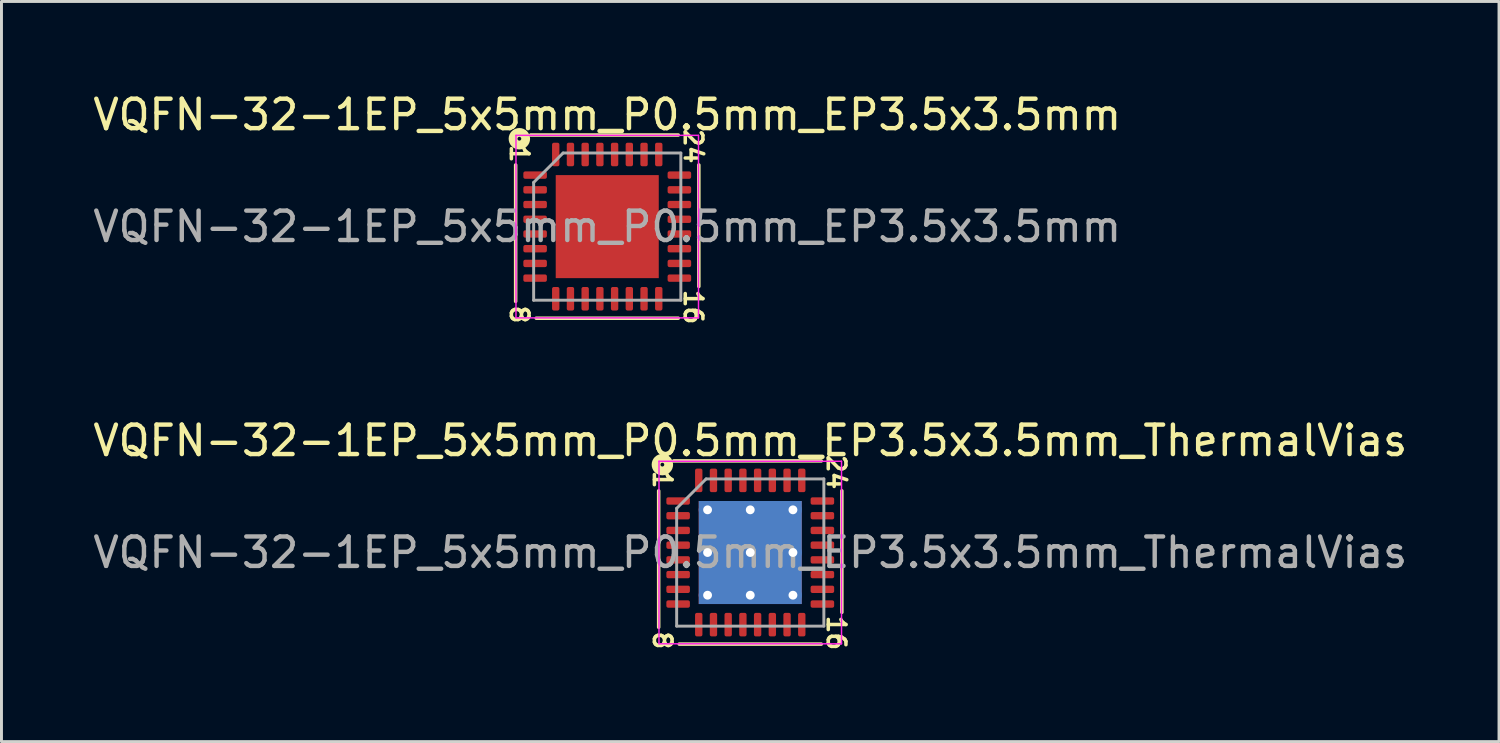
<source format=kicad_pcb>
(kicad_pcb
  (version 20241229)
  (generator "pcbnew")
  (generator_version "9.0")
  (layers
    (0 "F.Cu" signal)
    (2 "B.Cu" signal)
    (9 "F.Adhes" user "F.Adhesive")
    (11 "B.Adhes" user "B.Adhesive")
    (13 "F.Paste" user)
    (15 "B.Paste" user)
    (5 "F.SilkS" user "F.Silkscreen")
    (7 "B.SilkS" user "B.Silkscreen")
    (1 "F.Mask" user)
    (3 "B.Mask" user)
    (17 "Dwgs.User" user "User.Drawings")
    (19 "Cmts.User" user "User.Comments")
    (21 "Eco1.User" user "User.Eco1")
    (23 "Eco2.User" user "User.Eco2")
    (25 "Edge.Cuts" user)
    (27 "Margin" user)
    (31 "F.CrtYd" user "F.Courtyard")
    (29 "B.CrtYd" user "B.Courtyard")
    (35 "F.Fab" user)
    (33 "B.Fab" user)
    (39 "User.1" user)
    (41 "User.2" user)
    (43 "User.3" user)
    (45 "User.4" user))
  (footprint "VQFN-32-1EP_5x5mm_P0.5mm_EP3.5x3.5mm"
    (layer "F.Cu")
    (at 17.577 4.648)
    (property "Reference" "VQFN-32-1EP_5x5mm_P0.5mm_EP3.5x3.5mm" (at 0 -3.8 0) (layer "F.SilkS") (effects (font (size 1 1) (thickness 0.15))))
    (attr smd)
    (fp_line (start -3.111 -2.095) (end -3.111 2.54) (stroke (width 0.12) (type solid)) (layer "F.SilkS"))
    (fp_line (start -2.413 3.111) (end 2.413 3.111) (stroke (width 0.12) (type solid)) (layer "F.SilkS"))
    (fp_line (start 2.413 -3.111) (end -2.603 -3.111) (stroke (width 0.12) (type solid)) (layer "F.SilkS"))
    (fp_line (start 3.111 2.032) (end 3.111 -2.095) (stroke (width 0.12) (type solid)) (layer "F.SilkS"))
    (fp_circle (center -2.985 -2.985) (end -2.921 -2.985) (stroke (width 0.3) (type solid)) (fill no) (layer "F.SilkS"))
    (fp_line (start -3.1 -3.1) (end -3.1 3.1) (stroke (width 0.05) (type solid)) (layer "F.CrtYd"))
    (fp_line (start -3.1 3.1) (end 3.1 3.1) (stroke (width 0.05) (type solid)) (layer "F.CrtYd"))
    (fp_line (start 3.1 -3.1) (end -3.1 -3.1) (stroke (width 0.05) (type solid)) (layer "F.CrtYd"))
    (fp_line (start 3.1 3.1) (end 3.1 -3.1) (stroke (width 0.05) (type solid)) (layer "F.CrtYd"))
    (fp_line (start -2.5 -1.5) (end -1.5 -2.5) (stroke (width 0.1) (type solid)) (layer "F.Fab"))
    (fp_line (start -2.5 2.5) (end -2.5 -1.5) (stroke (width 0.1) (type solid)) (layer "F.Fab"))
    (fp_line (start -1.5 -2.5) (end 2.5 -2.5) (stroke (width 0.1) (type solid)) (layer "F.Fab"))
    (fp_line (start 2.5 -2.5) (end 2.5 2.5) (stroke (width 0.1) (type solid)) (layer "F.Fab"))
    (fp_line (start 2.5 2.5) (end -2.5 2.5) (stroke (width 0.1) (type solid)) (layer "F.Fab"))
    (fp_text user "1" (at -2.985 -2.477 270) (unlocked yes) (layer "F.SilkS") (effects (font (size 0.6 0.6) (thickness 0.12))))
    (fp_text user "16" (at 2.921 2.731 270) (unlocked yes) (layer "F.SilkS") (effects (font (size 0.6 0.6) (thickness 0.12))))
    (fp_text user "8" (at -2.985 2.985 270) (unlocked yes) (layer "F.SilkS") (effects (font (size 0.6 0.6) (thickness 0.12))))
    (fp_text user "24" (at 2.921 -2.731 270) (unlocked yes) (layer "F.SilkS") (effects (font (size 0.6 0.6) (thickness 0.12))))
    (fp_text user "${REFERENCE}" (at 0 0 0) (layer "F.Fab") (effects (font (size 1 1) (thickness 0.15))))
    (pad "" smd roundrect (at -0.875 -0.875) (size 1.41 1.41) (layers "F.Paste") (roundrect_rratio 0.177))
    (pad "" smd roundrect (at -0.875 0.875) (size 1.41 1.41) (layers "F.Paste") (roundrect_rratio 0.177))
    (pad "" smd roundrect (at 0.875 -0.875) (size 1.41 1.41) (layers "F.Paste") (roundrect_rratio 0.177))
    (pad "" smd roundrect (at 0.875 0.875) (size 1.41 1.41) (layers "F.Paste") (roundrect_rratio 0.177))
    (pad "1" smd roundrect (at -2.45 -1.75) (size 0.8 0.25) (layers "F.Cu" "F.Mask" "F.Paste") (roundrect_rratio 0.25))
    (pad "2" smd roundrect (at -2.45 -1.25) (size 0.8 0.25) (layers "F.Cu" "F.Mask" "F.Paste") (roundrect_rratio 0.25))
    (pad "3" smd roundrect (at -2.45 -0.75) (size 0.8 0.25) (layers "F.Cu" "F.Mask" "F.Paste") (roundrect_rratio 0.25))
    (pad "4" smd roundrect (at -2.45 -0.25) (size 0.8 0.25) (layers "F.Cu" "F.Mask" "F.Paste") (roundrect_rratio 0.25))
    (pad "5" smd roundrect (at -2.45 0.25) (size 0.8 0.25) (layers "F.Cu" "F.Mask" "F.Paste") (roundrect_rratio 0.25))
    (pad "6" smd roundrect (at -2.45 0.75) (size 0.8 0.25) (layers "F.Cu" "F.Mask" "F.Paste") (roundrect_rratio 0.25))
    (pad "7" smd roundrect (at -2.45 1.25) (size 0.8 0.25) (layers "F.Cu" "F.Mask" "F.Paste") (roundrect_rratio 0.25))
    (pad "8" smd roundrect (at -2.45 1.75) (size 0.8 0.25) (layers "F.Cu" "F.Mask" "F.Paste") (roundrect_rratio 0.25))
    (pad "9" smd roundrect (at -1.75 2.45) (size 0.25 0.8) (layers "F.Cu" "F.Mask" "F.Paste") (roundrect_rratio 0.25))
    (pad "10" smd roundrect (at -1.25 2.45) (size 0.25 0.8) (layers "F.Cu" "F.Mask" "F.Paste") (roundrect_rratio 0.25))
    (pad "11" smd roundrect (at -0.75 2.45) (size 0.25 0.8) (layers "F.Cu" "F.Mask" "F.Paste") (roundrect_rratio 0.25))
    (pad "12" smd roundrect (at -0.25 2.45) (size 0.25 0.8) (layers "F.Cu" "F.Mask" "F.Paste") (roundrect_rratio 0.25))
    (pad "13" smd roundrect (at 0.25 2.45) (size 0.25 0.8) (layers "F.Cu" "F.Mask" "F.Paste") (roundrect_rratio 0.25))
    (pad "14" smd roundrect (at 0.75 2.45) (size 0.25 0.8) (layers "F.Cu" "F.Mask" "F.Paste") (roundrect_rratio 0.25))
    (pad "15" smd roundrect (at 1.25 2.45) (size 0.25 0.8) (layers "F.Cu" "F.Mask" "F.Paste") (roundrect_rratio 0.25))
    (pad "16" smd roundrect (at 1.75 2.45) (size 0.25 0.8) (layers "F.Cu" "F.Mask" "F.Paste") (roundrect_rratio 0.25))
    (pad "17" smd roundrect (at 2.45 1.75) (size 0.8 0.25) (layers "F.Cu" "F.Mask" "F.Paste") (roundrect_rratio 0.25))
    (pad "18" smd roundrect (at 2.45 1.25) (size 0.8 0.25) (layers "F.Cu" "F.Mask" "F.Paste") (roundrect_rratio 0.25))
    (pad "19" smd roundrect (at 2.45 0.75) (size 0.8 0.25) (layers "F.Cu" "F.Mask" "F.Paste") (roundrect_rratio 0.25))
    (pad "20" smd roundrect (at 2.45 0.25) (size 0.8 0.25) (layers "F.Cu" "F.Mask" "F.Paste") (roundrect_rratio 0.25))
    (pad "21" smd roundrect (at 2.45 -0.25) (size 0.8 0.25) (layers "F.Cu" "F.Mask" "F.Paste") (roundrect_rratio 0.25))
    (pad "22" smd roundrect (at 2.45 -0.75) (size 0.8 0.25) (layers "F.Cu" "F.Mask" "F.Paste") (roundrect_rratio 0.25))
    (pad "23" smd roundrect (at 2.45 -1.25) (size 0.8 0.25) (layers "F.Cu" "F.Mask" "F.Paste") (roundrect_rratio 0.25))
    (pad "24" smd roundrect (at 2.45 -1.75) (size 0.8 0.25) (layers "F.Cu" "F.Mask" "F.Paste") (roundrect_rratio 0.25))
    (pad "25" smd roundrect (at 1.75 -2.45) (size 0.25 0.8) (layers "F.Cu" "F.Mask" "F.Paste") (roundrect_rratio 0.25))
    (pad "26" smd roundrect (at 1.25 -2.45) (size 0.25 0.8) (layers "F.Cu" "F.Mask" "F.Paste") (roundrect_rratio 0.25))
    (pad "27" smd roundrect (at 0.75 -2.45) (size 0.25 0.8) (layers "F.Cu" "F.Mask" "F.Paste") (roundrect_rratio 0.25))
    (pad "28" smd roundrect (at 0.25 -2.45) (size 0.25 0.8) (layers "F.Cu" "F.Mask" "F.Paste") (roundrect_rratio 0.25))
    (pad "29" smd roundrect (at -0.25 -2.45) (size 0.25 0.8) (layers "F.Cu" "F.Mask" "F.Paste") (roundrect_rratio 0.25))
    (pad "30" smd roundrect (at -0.75 -2.45) (size 0.25 0.8) (layers "F.Cu" "F.Mask" "F.Paste") (roundrect_rratio 0.25))
    (pad "31" smd roundrect (at -1.25 -2.45) (size 0.25 0.8) (layers "F.Cu" "F.Mask" "F.Paste") (roundrect_rratio 0.25))
    (pad "32" smd roundrect (at -1.75 -2.45) (size 0.25 0.8) (layers "F.Cu" "F.Mask" "F.Paste") (roundrect_rratio 0.25))
    (pad "33" smd rect (at 0 0) (size 3.5 3.5) (layers "F.Cu" "F.Mask")))
  (footprint "VQFN-32-1EP_5x5mm_P0.5mm_EP3.5x3.5mm_ThermalVias"
    (layer "F.Cu")
    (at 22.435 15.718)
    (property "Reference" "VQFN-32-1EP_5x5mm_P0.5mm_EP3.5x3.5mm_ThermalVias" (at 0 -3.8 0) (layer "F.SilkS") (effects (font (size 1 1) (thickness 0.15))))
    (attr smd)
    (fp_line (start -3.111 -2.095) (end -3.111 2.54) (stroke (width 0.12) (type solid)) (layer "F.SilkS"))
    (fp_line (start -2.413 3.111) (end 2.413 3.111) (stroke (width 0.12) (type solid)) (layer "F.SilkS"))
    (fp_line (start 2.413 -3.111) (end -2.603 -3.111) (stroke (width 0.12) (type solid)) (layer "F.SilkS"))
    (fp_line (start 3.111 2.032) (end 3.111 -2.095) (stroke (width 0.12) (type solid)) (layer "F.SilkS"))
    (fp_circle (center -2.985 -2.985) (end -2.921 -2.985) (stroke (width 0.3) (type solid)) (fill no) (layer "F.SilkS"))
    (fp_line (start -3.1 -3.1) (end -3.1 3.1) (stroke (width 0.05) (type solid)) (layer "F.CrtYd"))
    (fp_line (start -3.1 3.1) (end 3.1 3.1) (stroke (width 0.05) (type solid)) (layer "F.CrtYd"))
    (fp_line (start 3.1 -3.1) (end -3.1 -3.1) (stroke (width 0.05) (type solid)) (layer "F.CrtYd"))
    (fp_line (start 3.1 3.1) (end 3.1 -3.1) (stroke (width 0.05) (type solid)) (layer "F.CrtYd"))
    (fp_line (start -2.5 -1.5) (end -1.5 -2.5) (stroke (width 0.1) (type solid)) (layer "F.Fab"))
    (fp_line (start -2.5 2.5) (end -2.5 -1.5) (stroke (width 0.1) (type solid)) (layer "F.Fab"))
    (fp_line (start -1.5 -2.5) (end 2.5 -2.5) (stroke (width 0.1) (type solid)) (layer "F.Fab"))
    (fp_line (start 2.5 -2.5) (end 2.5 2.5) (stroke (width 0.1) (type solid)) (layer "F.Fab"))
    (fp_line (start 2.5 2.5) (end -2.5 2.5) (stroke (width 0.1) (type solid)) (layer "F.Fab"))
    (fp_text user "24" (at 2.921 -2.731 270) (unlocked yes) (layer "F.SilkS") (effects (font (size 0.6 0.6) (thickness 0.12))))
    (fp_text user "1" (at -2.985 -2.477 270) (unlocked yes) (layer "F.SilkS") (effects (font (size 0.6 0.6) (thickness 0.12))))
    (fp_text user "8" (at -2.985 2.985 270) (unlocked yes) (layer "F.SilkS") (effects (font (size 0.6 0.6) (thickness 0.12))))
    (fp_text user "16" (at 2.921 2.731 270) (unlocked yes) (layer "F.SilkS") (effects (font (size 0.6 0.6) (thickness 0.12))))
    (fp_text user "${REFERENCE}" (at 0 0 0) (layer "F.Fab") (effects (font (size 1 1) (thickness 0.15))))
    (pad "" smd roundrect (at -0.875 -0.875) (size 1.46 1.46) (layers "F.Paste") (roundrect_rratio 0.171))
    (pad "" smd roundrect (at -0.875 0.875) (size 1.46 1.46) (layers "F.Paste") (roundrect_rratio 0.171))
    (pad "" smd roundrect (at 0.875 -0.875) (size 1.46 1.46) (layers "F.Paste") (roundrect_rratio 0.171))
    (pad "" smd roundrect (at 0.875 0.875) (size 1.46 1.46) (layers "F.Paste") (roundrect_rratio 0.171))
    (pad "1" smd roundrect (at -2.45 -1.75) (size 0.8 0.25) (layers "F.Cu" "F.Mask" "F.Paste") (roundrect_rratio 0.25))
    (pad "2" smd roundrect (at -2.45 -1.25) (size 0.8 0.25) (layers "F.Cu" "F.Mask" "F.Paste") (roundrect_rratio 0.25))
    (pad "3" smd roundrect (at -2.45 -0.75) (size 0.8 0.25) (layers "F.Cu" "F.Mask" "F.Paste") (roundrect_rratio 0.25))
    (pad "4" smd roundrect (at -2.45 -0.25) (size 0.8 0.25) (layers "F.Cu" "F.Mask" "F.Paste") (roundrect_rratio 0.25))
    (pad "5" smd roundrect (at -2.45 0.25) (size 0.8 0.25) (layers "F.Cu" "F.Mask" "F.Paste") (roundrect_rratio 0.25))
    (pad "6" smd roundrect (at -2.45 0.75) (size 0.8 0.25) (layers "F.Cu" "F.Mask" "F.Paste") (roundrect_rratio 0.25))
    (pad "7" smd roundrect (at -2.45 1.25) (size 0.8 0.25) (layers "F.Cu" "F.Mask" "F.Paste") (roundrect_rratio 0.25))
    (pad "8" smd roundrect (at -2.45 1.75) (size 0.8 0.25) (layers "F.Cu" "F.Mask" "F.Paste") (roundrect_rratio 0.25))
    (pad "9" smd roundrect (at -1.75 2.45) (size 0.25 0.8) (layers "F.Cu" "F.Mask" "F.Paste") (roundrect_rratio 0.25))
    (pad "10" smd roundrect (at -1.25 2.45) (size 0.25 0.8) (layers "F.Cu" "F.Mask" "F.Paste") (roundrect_rratio 0.25))
    (pad "11" smd roundrect (at -0.75 2.45) (size 0.25 0.8) (layers "F.Cu" "F.Mask" "F.Paste") (roundrect_rratio 0.25))
    (pad "12" smd roundrect (at -0.25 2.45) (size 0.25 0.8) (layers "F.Cu" "F.Mask" "F.Paste") (roundrect_rratio 0.25))
    (pad "13" smd roundrect (at 0.25 2.45) (size 0.25 0.8) (layers "F.Cu" "F.Mask" "F.Paste") (roundrect_rratio 0.25))
    (pad "14" smd roundrect (at 0.75 2.45) (size 0.25 0.8) (layers "F.Cu" "F.Mask" "F.Paste") (roundrect_rratio 0.25))
    (pad "15" smd roundrect (at 1.25 2.45) (size 0.25 0.8) (layers "F.Cu" "F.Mask" "F.Paste") (roundrect_rratio 0.25))
    (pad "16" smd roundrect (at 1.75 2.45) (size 0.25 0.8) (layers "F.Cu" "F.Mask" "F.Paste") (roundrect_rratio 0.25))
    (pad "17" smd roundrect (at 2.45 1.75) (size 0.8 0.25) (layers "F.Cu" "F.Mask" "F.Paste") (roundrect_rratio 0.25))
    (pad "18" smd roundrect (at 2.45 1.25) (size 0.8 0.25) (layers "F.Cu" "F.Mask" "F.Paste") (roundrect_rratio 0.25))
    (pad "19" smd roundrect (at 2.45 0.75) (size 0.8 0.25) (layers "F.Cu" "F.Mask" "F.Paste") (roundrect_rratio 0.25))
    (pad "20" smd roundrect (at 2.45 0.25) (size 0.8 0.25) (layers "F.Cu" "F.Mask" "F.Paste") (roundrect_rratio 0.25))
    (pad "21" smd roundrect (at 2.45 -0.25) (size 0.8 0.25) (layers "F.Cu" "F.Mask" "F.Paste") (roundrect_rratio 0.25))
    (pad "22" smd roundrect (at 2.45 -0.75) (size 0.8 0.25) (layers "F.Cu" "F.Mask" "F.Paste") (roundrect_rratio 0.25))
    (pad "23" smd roundrect (at 2.45 -1.25) (size 0.8 0.25) (layers "F.Cu" "F.Mask" "F.Paste") (roundrect_rratio 0.25))
    (pad "24" smd roundrect (at 2.45 -1.75) (size 0.8 0.25) (layers "F.Cu" "F.Mask" "F.Paste") (roundrect_rratio 0.25))
    (pad "25" smd roundrect (at 1.75 -2.45) (size 0.25 0.8) (layers "F.Cu" "F.Mask" "F.Paste") (roundrect_rratio 0.25))
    (pad "26" smd roundrect (at 1.25 -2.45) (size 0.25 0.8) (layers "F.Cu" "F.Mask" "F.Paste") (roundrect_rratio 0.25))
    (pad "27" smd roundrect (at 0.75 -2.45) (size 0.25 0.8) (layers "F.Cu" "F.Mask" "F.Paste") (roundrect_rratio 0.25))
    (pad "28" smd roundrect (at 0.25 -2.45) (size 0.25 0.8) (layers "F.Cu" "F.Mask" "F.Paste") (roundrect_rratio 0.25))
    (pad "29" smd roundrect (at -0.25 -2.45) (size 0.25 0.8) (layers "F.Cu" "F.Mask" "F.Paste") (roundrect_rratio 0.25))
    (pad "30" smd roundrect (at -0.75 -2.45) (size 0.25 0.8) (layers "F.Cu" "F.Mask" "F.Paste") (roundrect_rratio 0.25))
    (pad "31" smd roundrect (at -1.25 -2.45) (size 0.25 0.8) (layers "F.Cu" "F.Mask" "F.Paste") (roundrect_rratio 0.25))
    (pad "32" smd roundrect (at -1.75 -2.45) (size 0.25 0.8) (layers "F.Cu" "F.Mask" "F.Paste") (roundrect_rratio 0.25))
    (pad "33" thru_hole circle (at -1.45 -1.45) (size 0.6 0.6) (drill 0.3) (layers "*.Cu"))
    (pad "33" thru_hole circle (at -1.45 0) (size 0.6 0.6) (drill 0.3) (layers "*.Cu"))
    (pad "33" thru_hole circle (at -1.45 1.45) (size 0.6 0.6) (drill 0.3) (layers "*.Cu"))
    (pad "33" thru_hole circle (at 0 -1.45) (size 0.6 0.6) (drill 0.3) (layers "*.Cu"))
    (pad "33" thru_hole circle (at 0 0) (size 0.6 0.6) (drill 0.3) (layers "*.Cu"))
    (pad "33" smd rect (at 0 0) (size 3.5 3.5) (layers "F.Cu" "F.Mask"))
    (pad "33" smd rect (at 0 0) (size 3.5 3.5) (layers "B.Cu" "B.Mask"))
    (pad "33" thru_hole circle (at 0 1.45) (size 0.6 0.6) (drill 0.3) (layers "*.Cu"))
    (pad "33" thru_hole circle (at 1.45 -1.45) (size 0.6 0.6) (drill 0.3) (layers "*.Cu"))
    (pad "33" thru_hole circle (at 1.45 0) (size 0.6 0.6) (drill 0.3) (layers "*.Cu"))
    (pad "33" thru_hole circle (at 1.45 1.45) (size 0.6 0.6) (drill 0.3) (layers "*.Cu")))
  (gr_rect
    (start -3 -3)
    (end 47.869 22.14)
    (stroke (width 0.1) (type default))
    (fill no)
    (layer "Edge.Cuts")))
</source>
